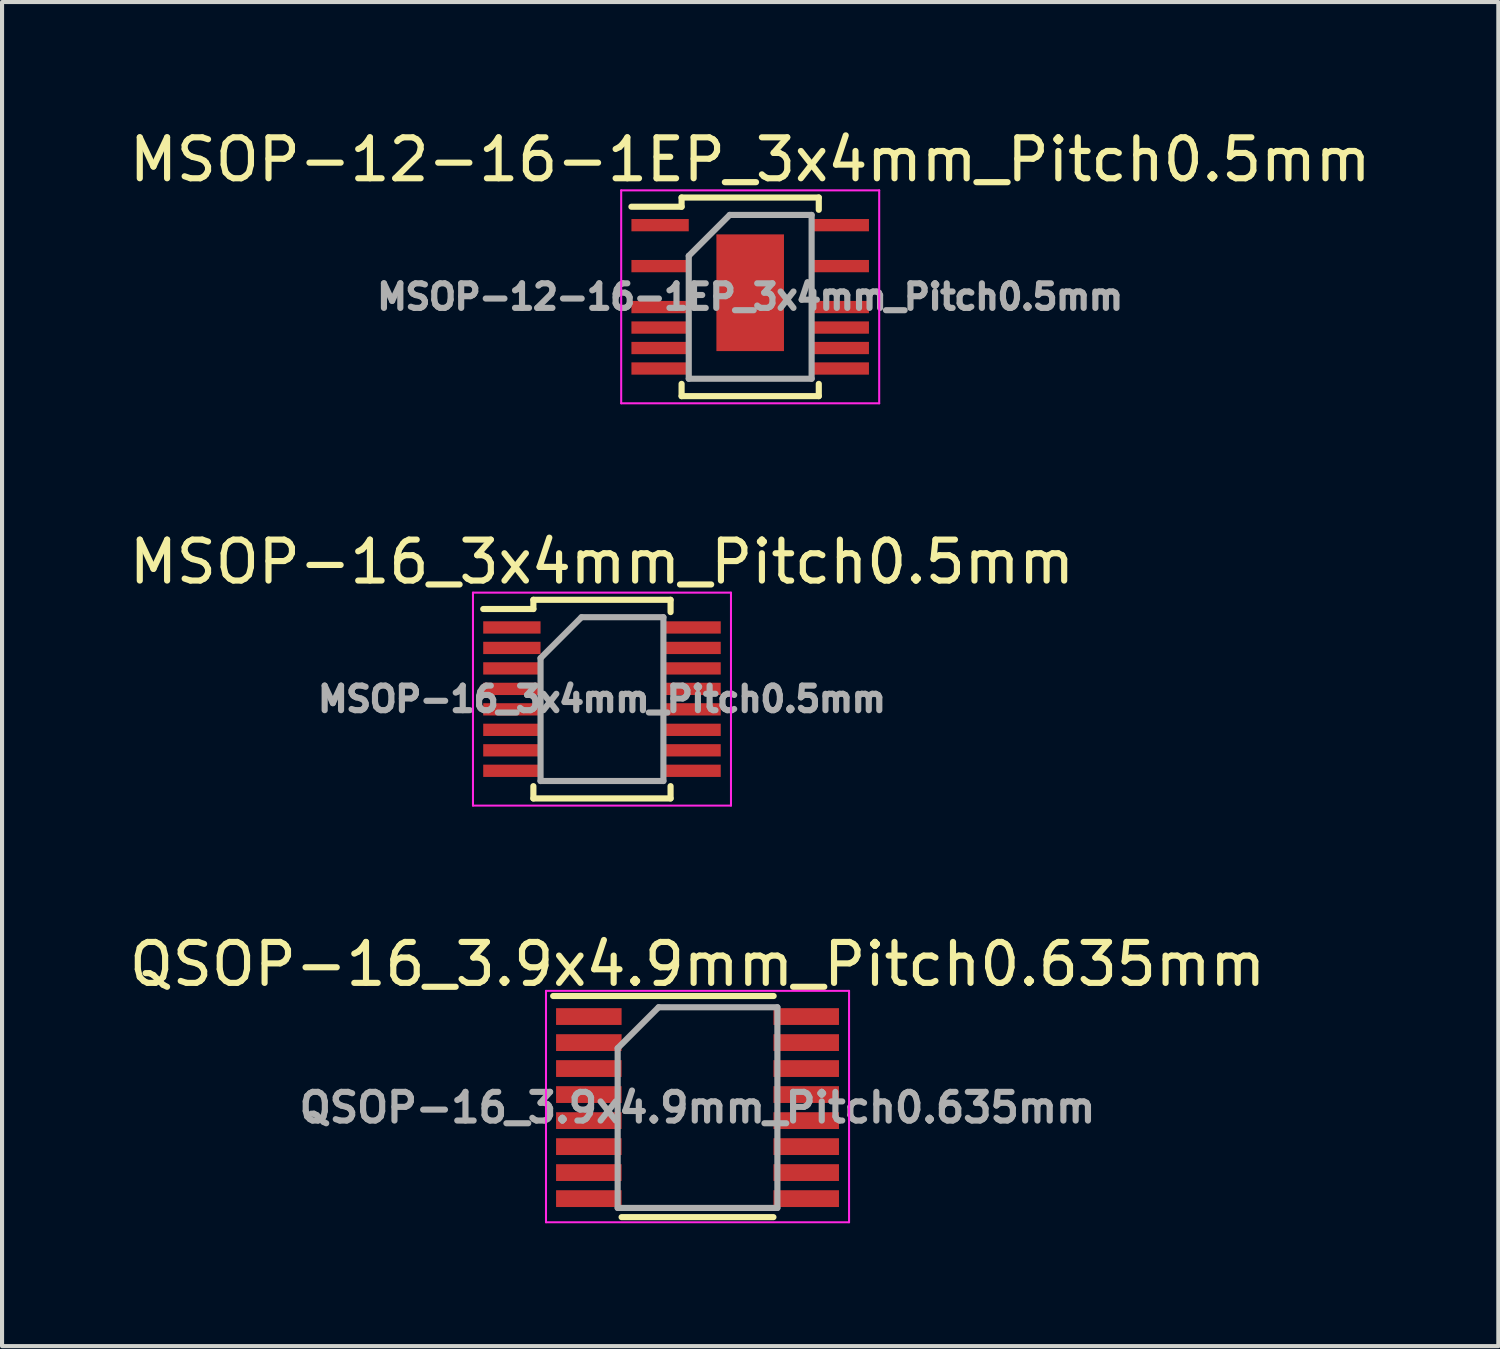
<source format=kicad_pcb>
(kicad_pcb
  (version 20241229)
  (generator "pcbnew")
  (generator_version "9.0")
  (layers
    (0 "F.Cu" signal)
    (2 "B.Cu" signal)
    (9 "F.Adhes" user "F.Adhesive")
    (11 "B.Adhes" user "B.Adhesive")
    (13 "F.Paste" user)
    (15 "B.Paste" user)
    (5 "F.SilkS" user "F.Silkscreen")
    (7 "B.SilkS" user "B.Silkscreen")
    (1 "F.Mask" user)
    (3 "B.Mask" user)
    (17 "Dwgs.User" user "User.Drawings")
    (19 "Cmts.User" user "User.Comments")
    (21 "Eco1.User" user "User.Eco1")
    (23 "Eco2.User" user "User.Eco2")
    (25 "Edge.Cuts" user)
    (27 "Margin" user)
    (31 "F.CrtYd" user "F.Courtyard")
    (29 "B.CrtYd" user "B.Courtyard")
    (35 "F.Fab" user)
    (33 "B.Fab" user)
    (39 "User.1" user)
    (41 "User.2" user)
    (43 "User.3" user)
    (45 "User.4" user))
  (footprint "QSOP-16_3.9x4.9mm_Pitch0.635mm"
    (layer "F.Cu")
    (at 13.982 23.995)
    (property "Reference" "QSOP-16_3.9x4.9mm_Pitch0.635mm" (at 0 -3.5 0) (layer "F.SilkS") (effects (font (size 1 1) (thickness 0.15))))
    (attr smd)
    (fp_line (start -3.525 -2.725) (end 1.859 -2.725) (stroke (width 0.15) (type solid)) (layer "F.SilkS"))
    (fp_line (start -1.854 2.675) (end 1.854 2.675) (stroke (width 0.15) (type solid)) (layer "F.SilkS"))
    (fp_line (start -3.7 -2.85) (end -3.7 2.8) (stroke (width 0.05) (type solid)) (layer "F.CrtYd"))
    (fp_line (start -3.7 -2.85) (end 3.7 -2.85) (stroke (width 0.05) (type solid)) (layer "F.CrtYd"))
    (fp_line (start -3.7 2.8) (end 3.7 2.8) (stroke (width 0.05) (type solid)) (layer "F.CrtYd"))
    (fp_line (start 3.7 -2.85) (end 3.7 2.8) (stroke (width 0.05) (type solid)) (layer "F.CrtYd"))
    (fp_line (start -1.95 -1.45) (end -0.95 -2.45) (stroke (width 0.15) (type solid)) (layer "F.Fab"))
    (fp_line (start -1.95 2.45) (end -1.95 -1.45) (stroke (width 0.15) (type solid)) (layer "F.Fab"))
    (fp_line (start -0.95 -2.45) (end 1.95 -2.45) (stroke (width 0.15) (type solid)) (layer "F.Fab"))
    (fp_line (start 1.95 -2.45) (end 1.95 2.45) (stroke (width 0.15) (type solid)) (layer "F.Fab"))
    (fp_line (start 1.95 2.45) (end -1.95 2.45) (stroke (width 0.15) (type solid)) (layer "F.Fab"))
    (fp_text user "${REFERENCE}" (at 0 0 0) (layer "F.Fab") (effects (font (size 0.7 0.7) (thickness 0.15))))
    (pad "1" smd rect (at -2.654 -2.223) (size 1.6 0.41) (layers "F.Cu" "F.Mask" "F.Paste"))
    (pad "2" smd rect (at -2.654 -1.587) (size 1.6 0.41) (layers "F.Cu" "F.Mask" "F.Paste"))
    (pad "3" smd rect (at -2.654 -0.953) (size 1.6 0.41) (layers "F.Cu" "F.Mask" "F.Paste"))
    (pad "4" smd rect (at -2.654 -0.318) (size 1.6 0.41) (layers "F.Cu" "F.Mask" "F.Paste"))
    (pad "5" smd rect (at -2.654 0.318) (size 1.6 0.41) (layers "F.Cu" "F.Mask" "F.Paste"))
    (pad "6" smd rect (at -2.654 0.953) (size 1.6 0.41) (layers "F.Cu" "F.Mask" "F.Paste"))
    (pad "7" smd rect (at -2.654 1.587) (size 1.6 0.41) (layers "F.Cu" "F.Mask" "F.Paste"))
    (pad "8" smd rect (at -2.654 2.223) (size 1.6 0.41) (layers "F.Cu" "F.Mask" "F.Paste"))
    (pad "9" smd rect (at 2.654 2.223) (size 1.6 0.41) (layers "F.Cu" "F.Mask" "F.Paste"))
    (pad "10" smd rect (at 2.654 1.587) (size 1.6 0.41) (layers "F.Cu" "F.Mask" "F.Paste"))
    (pad "11" smd rect (at 2.654 0.953) (size 1.6 0.41) (layers "F.Cu" "F.Mask" "F.Paste"))
    (pad "12" smd rect (at 2.654 0.318) (size 1.6 0.41) (layers "F.Cu" "F.Mask" "F.Paste"))
    (pad "13" smd rect (at 2.654 -0.318) (size 1.6 0.41) (layers "F.Cu" "F.Mask" "F.Paste"))
    (pad "14" smd rect (at 2.654 -0.953) (size 1.6 0.41) (layers "F.Cu" "F.Mask" "F.Paste"))
    (pad "15" smd rect (at 2.654 -1.587) (size 1.6 0.41) (layers "F.Cu" "F.Mask" "F.Paste"))
    (pad "16" smd rect (at 2.654 -2.223) (size 1.6 0.41) (layers "F.Cu" "F.Mask" "F.Paste")))
  (footprint "MSOP-12-16-1EP_3x4mm_Pitch0.5mm"
    (layer "F.Cu")
    (at 15.268 4.198)
    (property "Reference" "MSOP-12-16-1EP_3x4mm_Pitch0.5mm" (at 0 -3.35 0) (layer "F.SilkS") (effects (font (size 1 1) (thickness 0.15))))
    (attr smd)
    (fp_line (start -1.675 -2.425) (end -1.675 -2.2) (stroke (width 0.15) (type solid)) (layer "F.SilkS"))
    (fp_line (start -1.675 -2.425) (end 1.675 -2.425) (stroke (width 0.15) (type solid)) (layer "F.SilkS"))
    (fp_line (start -1.675 -2.2) (end -2.9 -2.2) (stroke (width 0.15) (type solid)) (layer "F.SilkS"))
    (fp_line (start -1.675 2.425) (end -1.675 2.125) (stroke (width 0.15) (type solid)) (layer "F.SilkS"))
    (fp_line (start -1.675 2.425) (end 1.675 2.425) (stroke (width 0.15) (type solid)) (layer "F.SilkS"))
    (fp_line (start 1.675 -2.425) (end 1.675 -2.125) (stroke (width 0.15) (type solid)) (layer "F.SilkS"))
    (fp_line (start 1.675 2.425) (end 1.675 2.125) (stroke (width 0.15) (type solid)) (layer "F.SilkS"))
    (fp_line (start -3.15 -2.6) (end -3.15 2.6) (stroke (width 0.05) (type solid)) (layer "F.CrtYd"))
    (fp_line (start -3.15 -2.6) (end 3.15 -2.6) (stroke (width 0.05) (type solid)) (layer "F.CrtYd"))
    (fp_line (start -3.15 2.6) (end 3.15 2.6) (stroke (width 0.05) (type solid)) (layer "F.CrtYd"))
    (fp_line (start 3.15 -2.6) (end 3.15 2.6) (stroke (width 0.05) (type solid)) (layer "F.CrtYd"))
    (fp_line (start -1.5 -1) (end -0.5 -2) (stroke (width 0.15) (type solid)) (layer "F.Fab"))
    (fp_line (start -1.5 2) (end -1.5 -1) (stroke (width 0.15) (type solid)) (layer "F.Fab"))
    (fp_line (start -0.5 -2) (end 1.5 -2) (stroke (width 0.15) (type solid)) (layer "F.Fab"))
    (fp_line (start 1.5 -2) (end 1.5 2) (stroke (width 0.15) (type solid)) (layer "F.Fab"))
    (fp_line (start 1.5 2) (end -1.5 2) (stroke (width 0.15) (type solid)) (layer "F.Fab"))
    (fp_text user "${REFERENCE}" (at 0 0 0) (layer "F.Fab") (effects (font (size 0.6 0.6) (thickness 0.15))))
    (pad "1" smd rect (at -2.2 -1.75) (size 1.4 0.3) (layers "F.Cu" "F.Mask" "F.Paste"))
    (pad "3" smd rect (at -2.2 -0.75) (size 1.4 0.3) (layers "F.Cu" "F.Mask" "F.Paste"))
    (pad "5" smd rect (at -2.2 0.25) (size 1.4 0.3) (layers "F.Cu" "F.Mask" "F.Paste"))
    (pad "6" smd rect (at -2.2 0.75) (size 1.4 0.3) (layers "F.Cu" "F.Mask" "F.Paste"))
    (pad "7" smd rect (at -2.2 1.25) (size 1.4 0.3) (layers "F.Cu" "F.Mask" "F.Paste"))
    (pad "8" smd rect (at -2.2 1.75) (size 1.4 0.3) (layers "F.Cu" "F.Mask" "F.Paste"))
    (pad "9" smd rect (at 2.2 1.75) (size 1.4 0.3) (layers "F.Cu" "F.Mask" "F.Paste"))
    (pad "10" smd rect (at 2.2 1.25) (size 1.4 0.3) (layers "F.Cu" "F.Mask" "F.Paste"))
    (pad "11" smd rect (at 2.2 0.75) (size 1.4 0.3) (layers "F.Cu" "F.Mask" "F.Paste"))
    (pad "12" smd rect (at 2.2 0.25) (size 1.4 0.3) (layers "F.Cu" "F.Mask" "F.Paste"))
    (pad "14" smd rect (at 2.2 -0.75) (size 1.4 0.3) (layers "F.Cu" "F.Mask" "F.Paste"))
    (pad "16" smd rect (at 2.2 -1.75) (size 1.4 0.3) (layers "F.Cu" "F.Mask" "F.Paste"))
    (pad "17" smd rect (at 0 -0.1) (size 1.65 2.85) (layers "F.Cu" "F.Mask" "F.Paste")))
  (footprint "MSOP-16_3x4mm_Pitch0.5mm"
    (layer "F.Cu")
    (at 11.649 14.021)
    (property "Reference" "MSOP-16_3x4mm_Pitch0.5mm" (at 0 -3.35 0) (layer "F.SilkS") (effects (font (size 1 1) (thickness 0.15))))
    (attr smd)
    (fp_line (start -1.675 -2.425) (end -1.675 -2.2) (stroke (width 0.15) (type solid)) (layer "F.SilkS"))
    (fp_line (start -1.675 -2.425) (end 1.675 -2.425) (stroke (width 0.15) (type solid)) (layer "F.SilkS"))
    (fp_line (start -1.675 -2.2) (end -2.9 -2.2) (stroke (width 0.15) (type solid)) (layer "F.SilkS"))
    (fp_line (start -1.675 2.425) (end -1.675 2.125) (stroke (width 0.15) (type solid)) (layer "F.SilkS"))
    (fp_line (start -1.675 2.425) (end 1.675 2.425) (stroke (width 0.15) (type solid)) (layer "F.SilkS"))
    (fp_line (start 1.675 -2.425) (end 1.675 -2.125) (stroke (width 0.15) (type solid)) (layer "F.SilkS"))
    (fp_line (start 1.675 2.425) (end 1.675 2.125) (stroke (width 0.15) (type solid)) (layer "F.SilkS"))
    (fp_line (start -3.15 -2.6) (end -3.15 2.6) (stroke (width 0.05) (type solid)) (layer "F.CrtYd"))
    (fp_line (start -3.15 -2.6) (end 3.15 -2.6) (stroke (width 0.05) (type solid)) (layer "F.CrtYd"))
    (fp_line (start -3.15 2.6) (end 3.15 2.6) (stroke (width 0.05) (type solid)) (layer "F.CrtYd"))
    (fp_line (start 3.15 -2.6) (end 3.15 2.6) (stroke (width 0.05) (type solid)) (layer "F.CrtYd"))
    (fp_line (start -1.5 -1) (end -0.5 -2) (stroke (width 0.15) (type solid)) (layer "F.Fab"))
    (fp_line (start -1.5 2) (end -1.5 -1) (stroke (width 0.15) (type solid)) (layer "F.Fab"))
    (fp_line (start -0.5 -2) (end 1.5 -2) (stroke (width 0.15) (type solid)) (layer "F.Fab"))
    (fp_line (start 1.5 -2) (end 1.5 2) (stroke (width 0.15) (type solid)) (layer "F.Fab"))
    (fp_line (start 1.5 2) (end -1.5 2) (stroke (width 0.15) (type solid)) (layer "F.Fab"))
    (fp_text user "${REFERENCE}" (at 0 0 0) (layer "F.Fab") (effects (font (size 0.6 0.6) (thickness 0.15))))
    (pad "1" smd rect (at -2.2 -1.75) (size 1.4 0.3) (layers "F.Cu" "F.Mask" "F.Paste"))
    (pad "2" smd rect (at -2.2 -1.25) (size 1.4 0.3) (layers "F.Cu" "F.Mask" "F.Paste"))
    (pad "3" smd rect (at -2.2 -0.75) (size 1.4 0.3) (layers "F.Cu" "F.Mask" "F.Paste"))
    (pad "4" smd rect (at -2.2 -0.25) (size 1.4 0.3) (layers "F.Cu" "F.Mask" "F.Paste"))
    (pad "5" smd rect (at -2.2 0.25) (size 1.4 0.3) (layers "F.Cu" "F.Mask" "F.Paste"))
    (pad "6" smd rect (at -2.2 0.75) (size 1.4 0.3) (layers "F.Cu" "F.Mask" "F.Paste"))
    (pad "7" smd rect (at -2.2 1.25) (size 1.4 0.3) (layers "F.Cu" "F.Mask" "F.Paste"))
    (pad "8" smd rect (at -2.2 1.75) (size 1.4 0.3) (layers "F.Cu" "F.Mask" "F.Paste"))
    (pad "9" smd rect (at 2.2 1.75) (size 1.4 0.3) (layers "F.Cu" "F.Mask" "F.Paste"))
    (pad "10" smd rect (at 2.2 1.25) (size 1.4 0.3) (layers "F.Cu" "F.Mask" "F.Paste"))
    (pad "11" smd rect (at 2.2 0.75) (size 1.4 0.3) (layers "F.Cu" "F.Mask" "F.Paste"))
    (pad "12" smd rect (at 2.2 0.25) (size 1.4 0.3) (layers "F.Cu" "F.Mask" "F.Paste"))
    (pad "13" smd rect (at 2.2 -0.25) (size 1.4 0.3) (layers "F.Cu" "F.Mask" "F.Paste"))
    (pad "14" smd rect (at 2.2 -0.75) (size 1.4 0.3) (layers "F.Cu" "F.Mask" "F.Paste"))
    (pad "15" smd rect (at 2.2 -1.25) (size 1.4 0.3) (layers "F.Cu" "F.Mask" "F.Paste"))
    (pad "16" smd rect (at 2.2 -1.75) (size 1.4 0.3) (layers "F.Cu" "F.Mask" "F.Paste")))
  (gr_rect
    (start -3 -3)
    (end 33.536 29.82)
    (stroke (width 0.1) (type default))
    (fill no)
    (layer "Edge.Cuts")))
</source>
